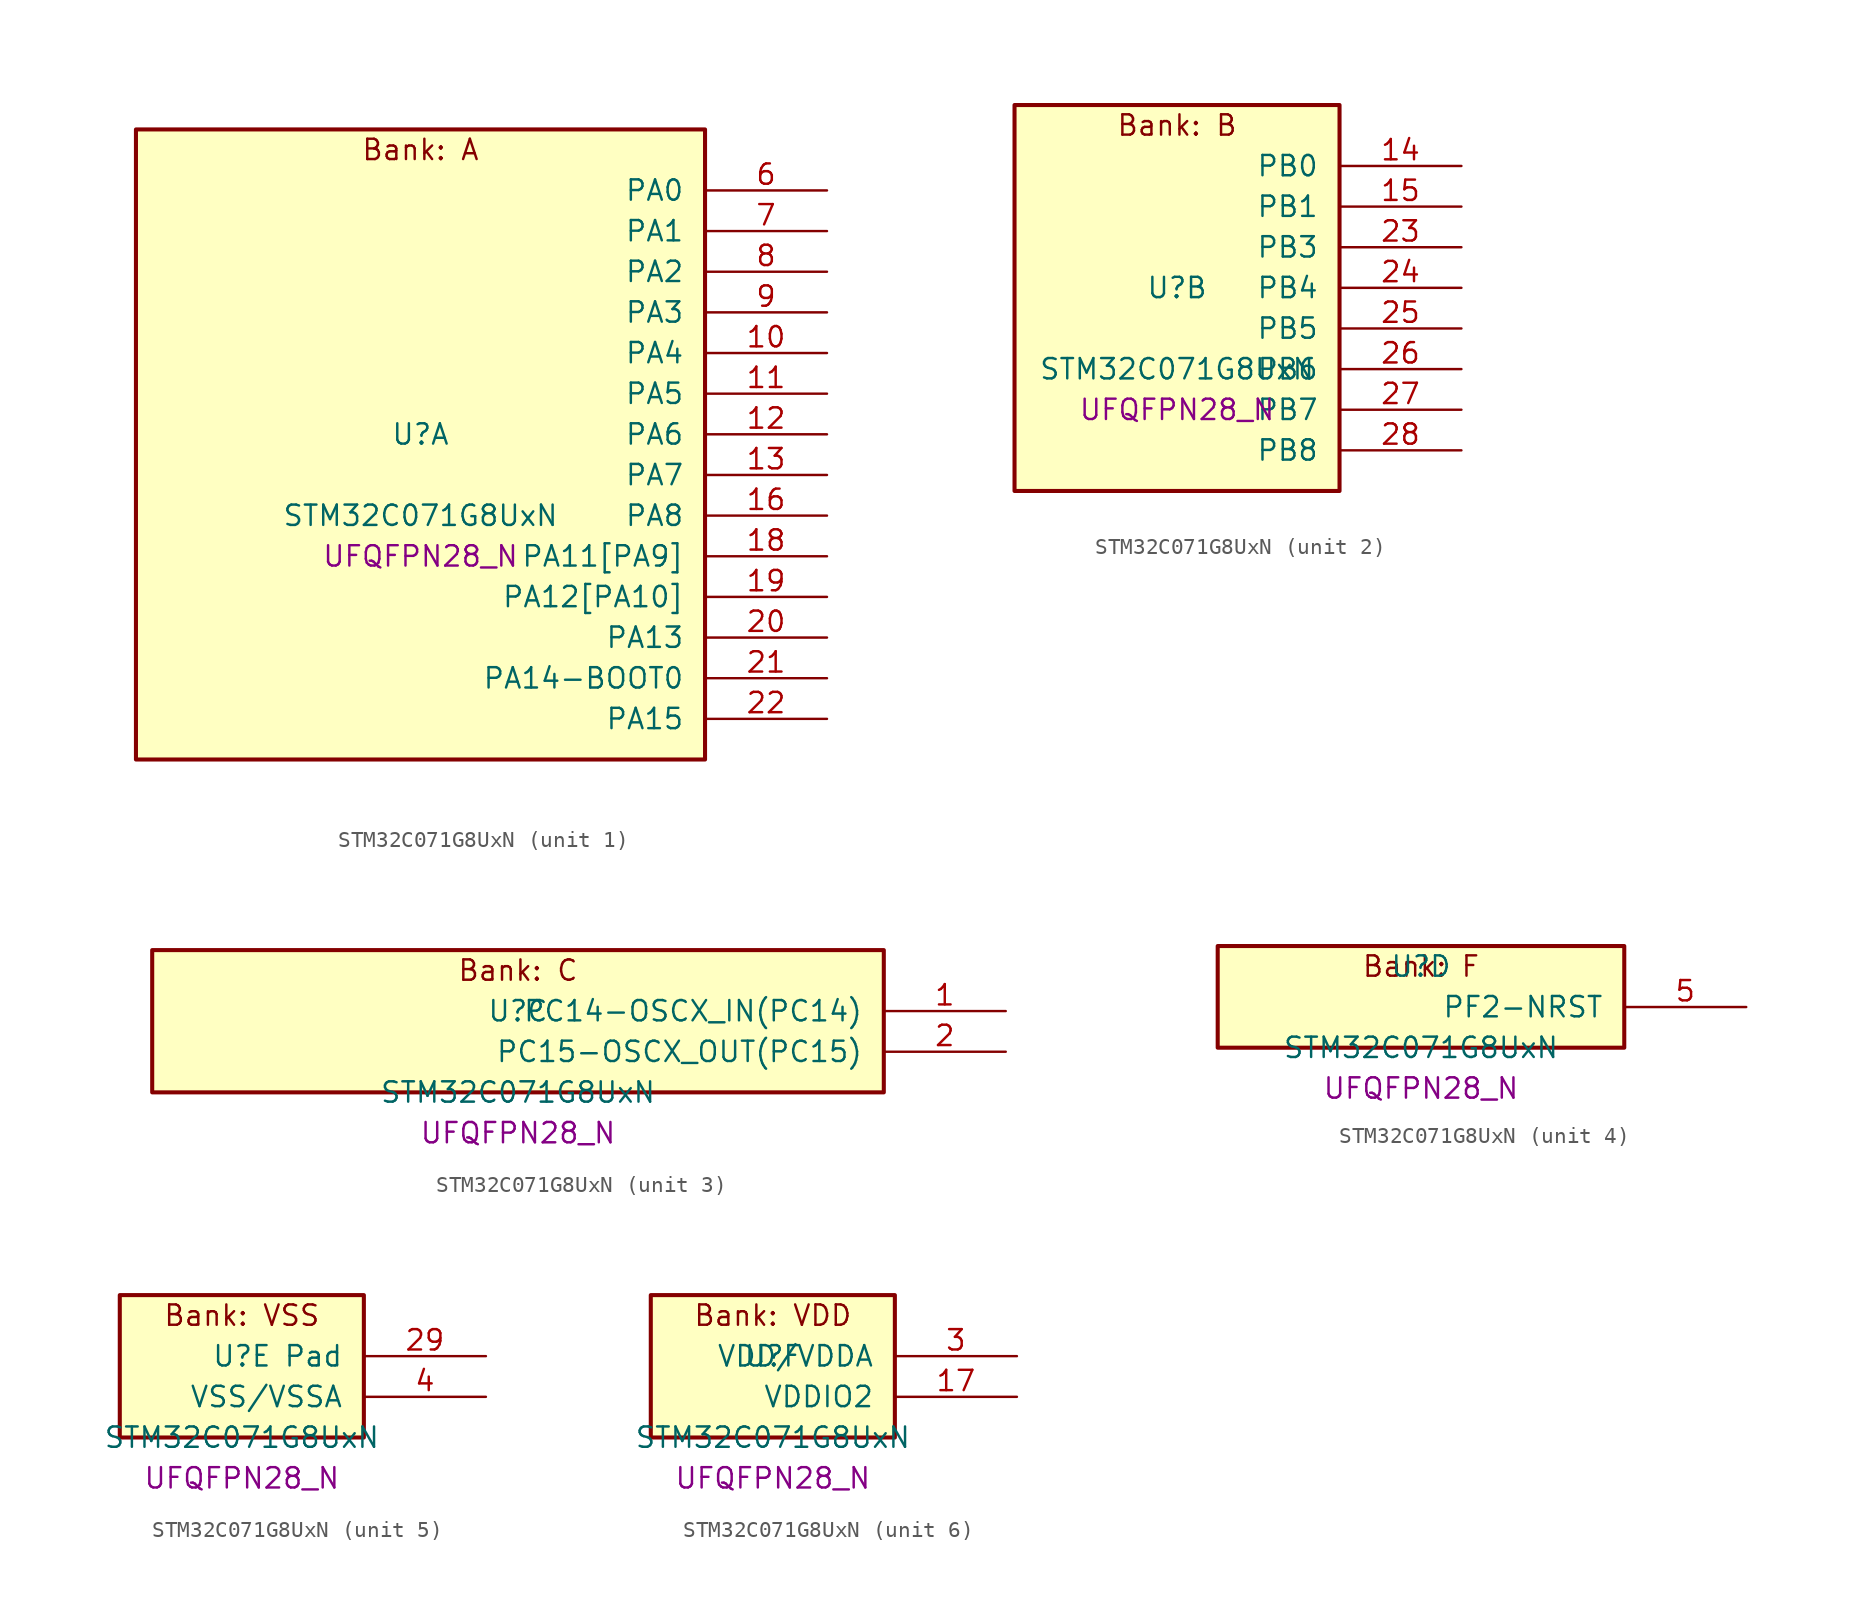
<source format=kicad_sym>
(kicad_symbol_lib
  (version 20241209)
  (generator "stm32_pkl_generator")
  (generator_version "1.0")
  (symbol "STM32C071G8UxN"
    (pin_names
      (offset 1.27))
    (property "Reference" "U"
      (at 0 2.54 0))
    (property "Value" "STM32C071G8UxN"
      (at 0 -2.54 0))
    (property "Footprint" "UFQFPN28_N"
      (at 0 -5.08 0))
    (symbol "STM32C071G8UxN_1_1"
      (rectangle (start -17.78 21.59) (end 17.78 -17.78) (stroke (width 0.254) (type solid)) (fill (type background)))
      (text "Bank: A" (at 0 20.32 0))
      (pin bidirectional line (at 25.4 17.78 180) (length 7.62) (name "PA0") (number "6") (alternate "PA0/ADC1_IN0" bidirectional line) (alternate "PA0/PWR_WKUP1" bidirectional line) (alternate "PA0/SPI2_SCK" bidirectional line) (alternate "PA0/TIM16_CH1" bidirectional line) (alternate "PA0/TIM1_CH1" bidirectional line) (alternate "PA0/TIM2_CH1" bidirectional line) (alternate "PA0/TIM2_ETR" bidirectional line) (alternate "PA0/USART1_TX" bidirectional line) (alternate "PA0/USART2_CTS" bidirectional line) (alternate "PA0/USART2_NSS" bidirectional line))
      (pin bidirectional line (at 25.4 15.24 180) (length 7.62) (name "PA1") (number "7") (alternate "PA1/ADC1_IN1" bidirectional line) (alternate "PA1/I2C1_SMBA" bidirectional line) (alternate "PA1/I2S1_CK" bidirectional line) (alternate "PA1/SPI1_SCK" bidirectional line) (alternate "PA1/TIM17_CH1" bidirectional line) (alternate "PA1/TIM1_CH2" bidirectional line) (alternate "PA1/TIM2_CH2" bidirectional line) (alternate "PA1/USART1_RX" bidirectional line) (alternate "PA1/USART2_CK" bidirectional line) (alternate "PA1/USART2_DE" bidirectional line) (alternate "PA1/USART2_RTS" bidirectional line))
      (pin bidirectional line (at 25.4 12.7 180) (length 7.62) (name "PA2") (number "8") (alternate "PA2/ADC1_IN2" bidirectional line) (alternate "PA2/I2S1_SD" bidirectional line) (alternate "PA2/PWR_WKUP4" bidirectional line) (alternate "PA2/RCC_LSCO" bidirectional line) (alternate "PA2/SPI1_MOSI" bidirectional line) (alternate "PA2/TIM16_CH1N" bidirectional line) (alternate "PA2/TIM1_CH3" bidirectional line) (alternate "PA2/TIM2_CH3" bidirectional line) (alternate "PA2/TIM3_ETR" bidirectional line) (alternate "PA2/USART2_TX" bidirectional line))
      (pin bidirectional line (at 25.4 10.16 180) (length 7.62) (name "PA3") (number "9") (alternate "PA3/ADC1_IN3" bidirectional line) (alternate "PA3/SPI2_MISO" bidirectional line) (alternate "PA3/TIM1_CH1N" bidirectional line) (alternate "PA3/TIM1_CH4" bidirectional line) (alternate "PA3/TIM2_CH4" bidirectional line) (alternate "PA3/USART2_RX" bidirectional line))
      (pin bidirectional line (at 25.4 7.62 180) (length 7.62) (name "PA4") (number "10") (alternate "PA4/ADC1_IN4" bidirectional line) (alternate "PA4/I2S1_WS" bidirectional line) (alternate "PA4/PWR_WKUP2" bidirectional line) (alternate "PA4/RTC_OUT1" bidirectional line) (alternate "PA4/RTC_TS" bidirectional line) (alternate "PA4/SPI1_NSS" bidirectional line) (alternate "PA4/SPI2_MOSI" bidirectional line) (alternate "PA4/TIM14_CH1" bidirectional line) (alternate "PA4/TIM17_CH1N" bidirectional line) (alternate "PA4/TIM1_CH2N" bidirectional line) (alternate "PA4/USART2_TX" bidirectional line) (alternate "PA4/USB_NOE" bidirectional line))
      (pin bidirectional line (at 25.4 5.08 180) (length 7.62) (name "PA5") (number "11") (alternate "PA5/ADC1_IN5" bidirectional line) (alternate "PA5/I2S1_CK" bidirectional line) (alternate "PA5/SPI1_SCK" bidirectional line) (alternate "PA5/TIM1_CH1" bidirectional line) (alternate "PA5/TIM1_CH3N" bidirectional line) (alternate "PA5/TIM2_CH1" bidirectional line) (alternate "PA5/TIM2_ETR" bidirectional line) (alternate "PA5/USART2_RX" bidirectional line))
      (pin bidirectional line (at 25.4 2.54 180) (length 7.62) (name "PA6") (number "12") (alternate "PA6/ADC1_IN6" bidirectional line) (alternate "PA6/I2C2_SDA" bidirectional line) (alternate "PA6/I2S1_MCK" bidirectional line) (alternate "PA6/SPI1_MISO" bidirectional line) (alternate "PA6/TIM16_CH1" bidirectional line) (alternate "PA6/TIM1_BKIN" bidirectional line) (alternate "PA6/TIM3_CH1" bidirectional line))
      (pin bidirectional line (at 25.4 0 180) (length 7.62) (name "PA7") (number "13") (alternate "PA7/ADC1_IN7" bidirectional line) (alternate "PA7/I2C2_SCL" bidirectional line) (alternate "PA7/I2S1_SD" bidirectional line) (alternate "PA7/SPI1_MOSI" bidirectional line) (alternate "PA7/TIM14_CH1" bidirectional line) (alternate "PA7/TIM17_CH1" bidirectional line) (alternate "PA7/TIM1_CH1N" bidirectional line) (alternate "PA7/TIM3_CH2" bidirectional line))
      (pin bidirectional line (at 25.4 -2.54 180) (length 7.62) (name "PA8") (number "16") (alternate "PA8/ADC1_IN8" bidirectional line) (alternate "PA8/CRS_SYNC" bidirectional line) (alternate "PA8/I2S1_WS" bidirectional line) (alternate "PA8/RCC_MCO" bidirectional line) (alternate "PA8/RCC_MCO_2" bidirectional line) (alternate "PA8/SPI1_NSS" bidirectional line) (alternate "PA8/SPI2_MISO" bidirectional line) (alternate "PA8/SPI2_NSS" bidirectional line) (alternate "PA8/TIM14_CH1" bidirectional line) (alternate "PA8/TIM1_CH1" bidirectional line) (alternate "PA8/TIM1_CH2N" bidirectional line) (alternate "PA8/TIM1_CH3N" bidirectional line) (alternate "PA8/TIM3_CH3" bidirectional line) (alternate "PA8/TIM3_CH4" bidirectional line) (alternate "PA8/USART1_RX" bidirectional line) (alternate "PA8/USART2_TX" bidirectional line))
      (pin bidirectional line (at 25.4 -5.08 180) (length 7.62) (name "PA11[PA9]") (number "18") (alternate "PA11[PA9]/ADC1_EXTI11" bidirectional line) (alternate "PA11[PA9]/I2C2_SCL" bidirectional line) (alternate "PA11[PA9]/I2S1_MCK" bidirectional line) (alternate "PA11[PA9]/SPI1_MISO" bidirectional line) (alternate "PA11[PA9]/TIM1_BKIN2" bidirectional line) (alternate "PA11[PA9]/TIM1_CH4" bidirectional line) (alternate "PA11[PA9]/USART1_CTS" bidirectional line) (alternate "PA11[PA9]/USART1_NSS" bidirectional line) (alternate "PA11[PA9]/USB_DM" bidirectional line) (alternate "PA11[PA9]/PA9[PA11]" bidirectional line) (alternate "PA11[PA9]/I2C1_SCL" bidirectional line) (alternate "PA11[PA9]/RCC_MCO" bidirectional line) (alternate "PA11[PA9]/SPI2_MISO" bidirectional line) (alternate "PA11[PA9]/TIM1_CH2" bidirectional line) (alternate "PA11[PA9]/TIM3_ETR" bidirectional line) (alternate "PA11[PA9]/USART1_TX" bidirectional line))
      (pin bidirectional line (at 25.4 -7.62 180) (length 7.62) (name "PA12[PA10]") (number "19") (alternate "PA12[PA10]/I2C2_SDA" bidirectional line) (alternate "PA12[PA10]/I2S1_SD" bidirectional line) (alternate "PA12[PA10]/I2S_CKIN" bidirectional line) (alternate "PA12[PA10]/SPI1_MOSI" bidirectional line) (alternate "PA12[PA10]/TIM1_ETR" bidirectional line) (alternate "PA12[PA10]/USART1_CK" bidirectional line) (alternate "PA12[PA10]/USART1_DE" bidirectional line) (alternate "PA12[PA10]/USART1_RTS" bidirectional line) (alternate "PA12[PA10]/USB_DP" bidirectional line) (alternate "PA12[PA10]/PA10[PA12]" bidirectional line) (alternate "PA12[PA10]/I2C1_SDA" bidirectional line) (alternate "PA12[PA10]/RCC_MCO_2" bidirectional line) (alternate "PA12[PA10]/SPI2_MOSI" bidirectional line) (alternate "PA12[PA10]/TIM17_BKIN" bidirectional line) (alternate "PA12[PA10]/TIM1_CH3" bidirectional line) (alternate "PA12[PA10]/USART1_RX" bidirectional line))
      (pin bidirectional line (at 25.4 -10.16 180) (length 7.62) (name "PA13") (number "20") (alternate "PA13/ADC1_IN13" bidirectional line) (alternate "PA13/DEBUG_SWDIO" bidirectional line) (alternate "PA13/IR_OUT" bidirectional line) (alternate "PA13/TIM3_ETR" bidirectional line) (alternate "PA13/USART2_RX" bidirectional line) (alternate "PA13/USB_NOE" bidirectional line))
      (pin bidirectional line (at 25.4 -12.7 180) (length 7.62) (name "PA14-BOOT0") (number "21") (alternate "PA14-BOOT0/ADC1_IN14" bidirectional line) (alternate "PA14-BOOT0/DEBUG_SWCLK" bidirectional line) (alternate "PA14-BOOT0/I2S1_WS" bidirectional line) (alternate "PA14-BOOT0/RCC_MCO_2" bidirectional line) (alternate "PA14-BOOT0/SPI1_NSS" bidirectional line) (alternate "PA14-BOOT0/TIM1_CH1" bidirectional line) (alternate "PA14-BOOT0/USART1_CK" bidirectional line) (alternate "PA14-BOOT0/USART1_DE" bidirectional line) (alternate "PA14-BOOT0/USART1_RTS" bidirectional line) (alternate "PA14-BOOT0/USART2_RX" bidirectional line) (alternate "PA14-BOOT0/USART2_TX" bidirectional line))
      (pin bidirectional line (at 25.4 -15.24 180) (length 7.62) (name "PA15") (number "22") (alternate "PA15/I2S1_WS" bidirectional line) (alternate "PA15/RCC_MCO_2" bidirectional line) (alternate "PA15/SPI1_NSS" bidirectional line) (alternate "PA15/TIM1_CH1" bidirectional line) (alternate "PA15/TIM2_CH1" bidirectional line) (alternate "PA15/TIM2_ETR" bidirectional line) (alternate "PA15/USART1_CK" bidirectional line) (alternate "PA15/USART1_DE" bidirectional line) (alternate "PA15/USART1_RTS" bidirectional line) (alternate "PA15/USART2_RX" bidirectional line) (alternate "PA15/USB_NOE" bidirectional line)))
    (symbol "STM32C071G8UxN_2_1"
      (rectangle (start -10.16 13.97) (end 10.16 -10.16) (stroke (width 0.254) (type solid)) (fill (type background)))
      (text "Bank: B" (at 0 12.7 0))
      (pin bidirectional line (at 17.78 10.16 180) (length 7.62) (name "PB0") (number "14") (alternate "PB0/ADC1_IN17" bidirectional line) (alternate "PB0/I2S1_WS" bidirectional line) (alternate "PB0/SPI1_NSS" bidirectional line) (alternate "PB0/TIM1_CH2N" bidirectional line) (alternate "PB0/TIM3_CH3" bidirectional line))
      (pin bidirectional line (at 17.78 7.62 180) (length 7.62) (name "PB1") (number "15") (alternate "PB1/ADC1_IN18" bidirectional line) (alternate "PB1/TIM14_CH1" bidirectional line) (alternate "PB1/TIM1_CH2N" bidirectional line) (alternate "PB1/TIM1_CH3N" bidirectional line) (alternate "PB1/TIM3_CH4" bidirectional line))
      (pin bidirectional line (at 17.78 5.08 180) (length 7.62) (name "PB3") (number "23") (alternate "PB3/I2C2_SCL" bidirectional line) (alternate "PB3/I2S1_CK" bidirectional line) (alternate "PB3/SPI1_SCK" bidirectional line) (alternate "PB3/TIM1_CH2" bidirectional line) (alternate "PB3/TIM2_CH2" bidirectional line) (alternate "PB3/TIM3_CH2" bidirectional line) (alternate "PB3/USART1_CK" bidirectional line) (alternate "PB3/USART1_DE" bidirectional line) (alternate "PB3/USART1_RTS" bidirectional line))
      (pin bidirectional line (at 17.78 2.54 180) (length 7.62) (name "PB4") (number "24") (alternate "PB4/I2C2_SDA" bidirectional line) (alternate "PB4/I2S1_MCK" bidirectional line) (alternate "PB4/SPI1_MISO" bidirectional line) (alternate "PB4/TIM17_BKIN" bidirectional line) (alternate "PB4/TIM3_CH1" bidirectional line) (alternate "PB4/USART1_CTS" bidirectional line) (alternate "PB4/USART1_NSS" bidirectional line))
      (pin bidirectional line (at 17.78 0 180) (length 7.62) (name "PB5") (number "25") (alternate "PB5/I2C1_SMBA" bidirectional line) (alternate "PB5/I2S1_SD" bidirectional line) (alternate "PB5/PWR_WKUP6" bidirectional line) (alternate "PB5/SPI1_MOSI" bidirectional line) (alternate "PB5/TIM16_BKIN" bidirectional line) (alternate "PB5/TIM3_CH2" bidirectional line) (alternate "PB5/TIM3_CH3" bidirectional line))
      (pin bidirectional line (at 17.78 -2.54 180) (length 7.62) (name "PB6") (number "26") (alternate "PB6/I2C1_SCL" bidirectional line) (alternate "PB6/I2C1_SMBA" bidirectional line) (alternate "PB6/I2S1_CK" bidirectional line) (alternate "PB6/I2S1_MCK" bidirectional line) (alternate "PB6/I2S1_SD" bidirectional line) (alternate "PB6/PWR_WKUP3" bidirectional line) (alternate "PB6/SPI1_MISO" bidirectional line) (alternate "PB6/SPI1_MOSI" bidirectional line) (alternate "PB6/SPI1_SCK" bidirectional line) (alternate "PB6/SPI2_MISO" bidirectional line) (alternate "PB6/TIM16_BKIN" bidirectional line) (alternate "PB6/TIM16_CH1N" bidirectional line) (alternate "PB6/TIM17_BKIN" bidirectional line) (alternate "PB6/TIM1_CH2" bidirectional line) (alternate "PB6/TIM1_CH3" bidirectional line) (alternate "PB6/TIM3_CH1" bidirectional line) (alternate "PB6/TIM3_CH2" bidirectional line) (alternate "PB6/TIM3_CH3" bidirectional line) (alternate "PB6/USART1_CTS" bidirectional line) (alternate "PB6/USART1_NSS" bidirectional line) (alternate "PB6/USART1_TX" bidirectional line))
      (pin bidirectional line (at 17.78 -5.08 180) (length 7.62) (name "PB7") (number "27") (alternate "PB7/I2C1_SCL" bidirectional line) (alternate "PB7/I2C1_SDA" bidirectional line) (alternate "PB7/RTC_REFIN" bidirectional line) (alternate "PB7/SPI2_MOSI" bidirectional line) (alternate "PB7/TIM16_CH1" bidirectional line) (alternate "PB7/TIM17_CH1N" bidirectional line) (alternate "PB7/TIM1_CH4" bidirectional line) (alternate "PB7/TIM3_CH1" bidirectional line) (alternate "PB7/TIM3_CH4" bidirectional line) (alternate "PB7/USART1_RX" bidirectional line) (alternate "PB7/USART2_CTS" bidirectional line) (alternate "PB7/USART2_NSS" bidirectional line))
      (pin bidirectional line (at 17.78 -7.62 180) (length 7.62) (name "PB8") (number "28") (alternate "PB8/I2C1_SCL" bidirectional line) (alternate "PB8/SPI2_SCK" bidirectional line) (alternate "PB8/TIM16_CH1" bidirectional line) (alternate "PB8/TIM3_CH1" bidirectional line) (alternate "PB8/USART2_CTS" bidirectional line) (alternate "PB8/USART2_NSS" bidirectional line)))
    (symbol "STM32C071G8UxN_3_1"
      (rectangle (start -22.86 6.35) (end 22.86 -2.54) (stroke (width 0.254) (type solid)) (fill (type background)))
      (text "Bank: C" (at 0 5.08 0))
      (pin bidirectional line (at 30.48 2.54 180) (length 7.62) (name "PC14-OSCX_IN(PC14)") (number "1") (alternate "PC14-OSCX_IN(PC14)/I2C1_SDA" bidirectional line) (alternate "PC14-OSCX_IN(PC14)/IR_OUT" bidirectional line) (alternate "PC14-OSCX_IN(PC14)/RCC_OSCX_IN" bidirectional line) (alternate "PC14-OSCX_IN(PC14)/SPI2_NSS" bidirectional line) (alternate "PC14-OSCX_IN(PC14)/TIM17_CH1" bidirectional line) (alternate "PC14-OSCX_IN(PC14)/TIM1_BKIN2" bidirectional line) (alternate "PC14-OSCX_IN(PC14)/TIM1_ETR" bidirectional line) (alternate "PC14-OSCX_IN(PC14)/TIM3_CH2" bidirectional line) (alternate "PC14-OSCX_IN(PC14)/USART1_TX" bidirectional line) (alternate "PC14-OSCX_IN(PC14)/USART2_CK" bidirectional line) (alternate "PC14-OSCX_IN(PC14)/USART2_DE" bidirectional line) (alternate "PC14-OSCX_IN(PC14)/USART2_RTS" bidirectional line))
      (pin bidirectional line (at 30.48 0 180) (length 7.62) (name "PC15-OSCX_OUT(PC15)") (number "2") (alternate "PC15-OSCX_OUT(PC15)/RCC_OSC32_EN" bidirectional line) (alternate "PC15-OSCX_OUT(PC15)/RCC_OSCX_OUT" bidirectional line) (alternate "PC15-OSCX_OUT(PC15)/RCC_OSC_EN" bidirectional line) (alternate "PC15-OSCX_OUT(PC15)/TIM1_ETR" bidirectional line) (alternate "PC15-OSCX_OUT(PC15)/TIM3_CH3" bidirectional line)))
    (symbol "STM32C071G8UxN_4_1"
      (rectangle (start -12.7 3.81) (end 12.7 -2.54) (stroke (width 0.254) (type solid)) (fill (type background)))
      (text "Bank: F" (at 0 2.54 0))
      (pin bidirectional line (at 20.32 0 180) (length 7.62) (name "PF2-NRST") (number "5") (alternate "PF2-NRST/RCC_MCO" bidirectional line) (alternate "PF2-NRST/TIM1_CH4" bidirectional line)))
    (symbol "STM32C071G8UxN_5_1"
      (rectangle (start -7.62 6.35) (end 7.62 -2.54) (stroke (width 0.254) (type solid)) (fill (type background)))
      (text "Bank: VSS" (at 0 5.08 0))
      (pin passive line (at 15.24 2.54 180) (length 7.62) (name "Pad") (number "29"))
      (pin power_in line (at 15.24 0 180) (length 7.62) (name "VSS/VSSA") (number "4")))
    (symbol "STM32C071G8UxN_6_1"
      (rectangle (start -7.62 6.35) (end 7.62 -2.54) (stroke (width 0.254) (type solid)) (fill (type background)))
      (text "Bank: VDD" (at 0 5.08 0))
      (pin power_in line (at 15.24 2.54 180) (length 7.62) (name "VDD/VDDA") (number "3"))
      (pin power_in line (at 15.24 0 180) (length 7.62) (name "VDDIO2") (number "17")))))
</source>
